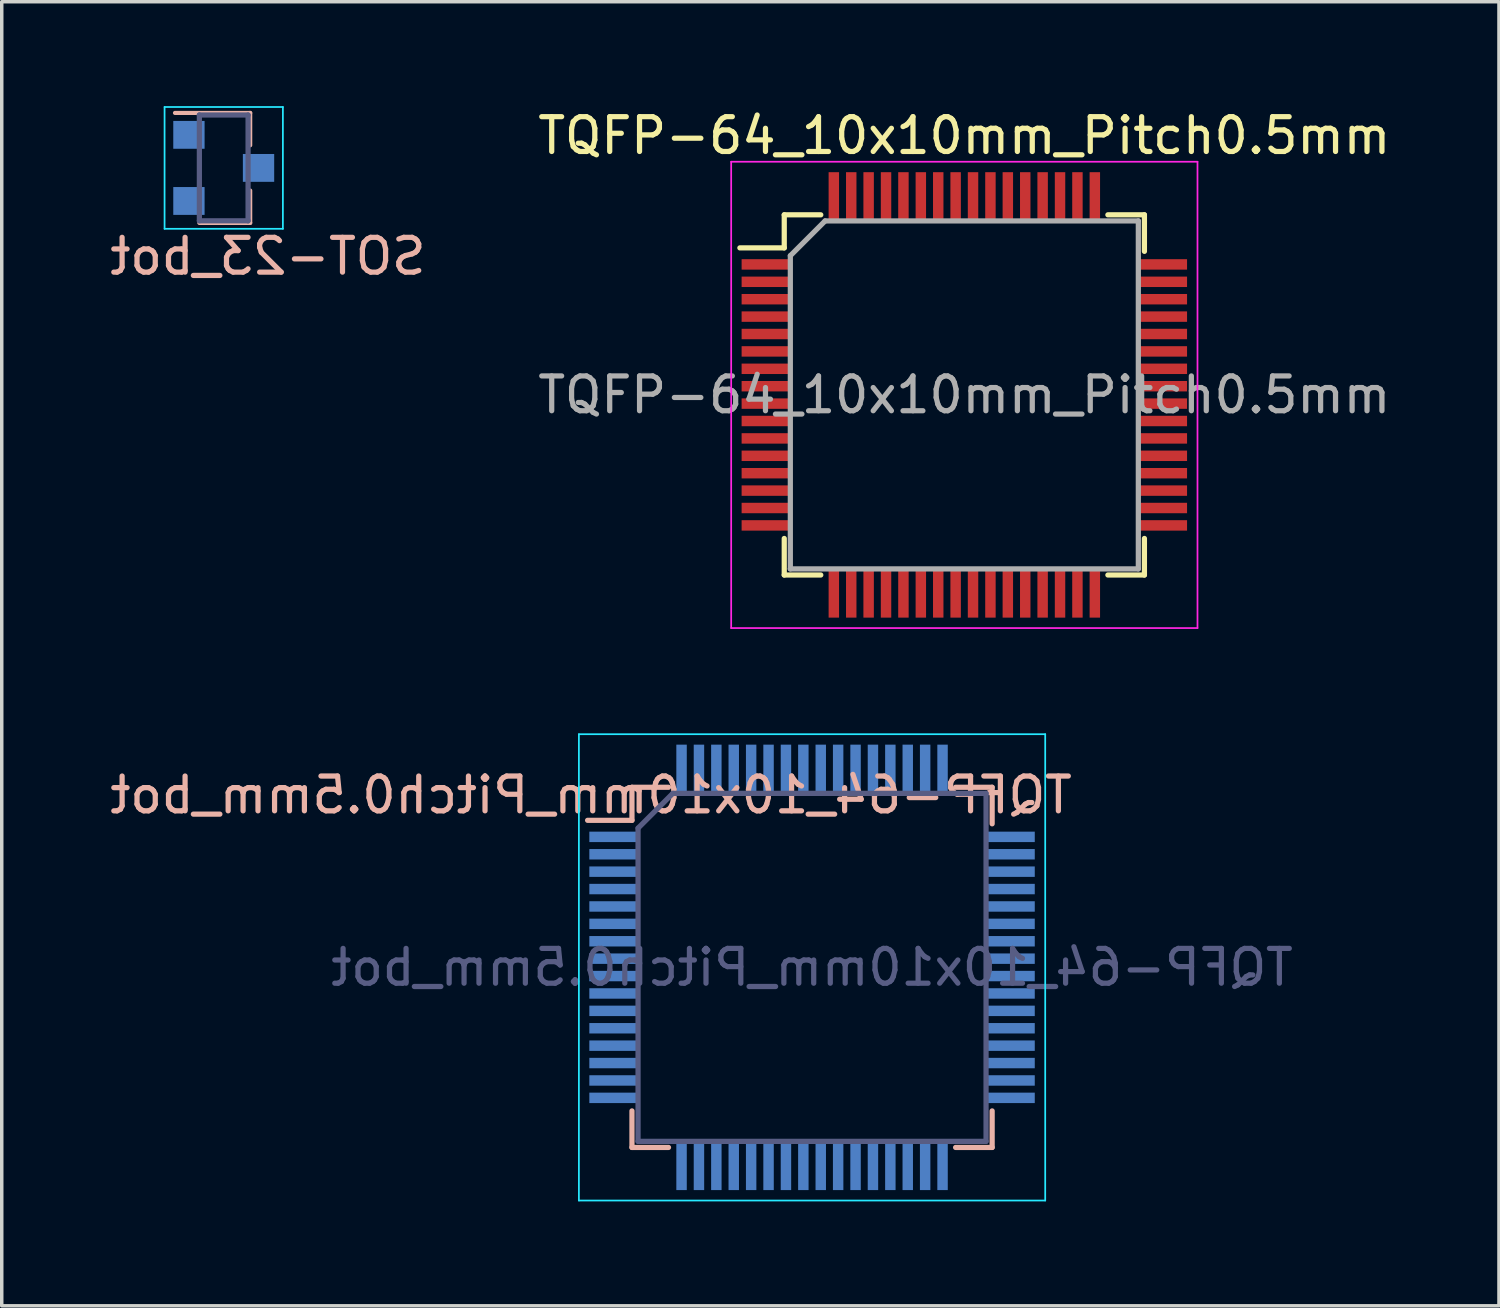
<source format=kicad_pcb>
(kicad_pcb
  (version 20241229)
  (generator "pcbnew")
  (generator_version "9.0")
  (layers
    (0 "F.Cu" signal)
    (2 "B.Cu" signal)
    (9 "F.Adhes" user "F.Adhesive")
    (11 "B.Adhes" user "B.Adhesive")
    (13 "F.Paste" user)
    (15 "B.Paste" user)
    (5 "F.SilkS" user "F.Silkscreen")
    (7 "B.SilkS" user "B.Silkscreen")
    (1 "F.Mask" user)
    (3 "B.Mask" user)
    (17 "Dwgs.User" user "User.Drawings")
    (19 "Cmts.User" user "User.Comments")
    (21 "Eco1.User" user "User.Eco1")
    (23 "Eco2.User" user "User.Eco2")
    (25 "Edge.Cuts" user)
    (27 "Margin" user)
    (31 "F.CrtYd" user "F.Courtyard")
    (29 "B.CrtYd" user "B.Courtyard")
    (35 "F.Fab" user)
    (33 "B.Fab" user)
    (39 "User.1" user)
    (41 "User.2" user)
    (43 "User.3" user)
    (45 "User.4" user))
  (footprint "TQFP-64_10x10mm_Pitch0.5mm_bot"
    (layer "F.Cu")
    (at 20.285 24.748)
    (property "Reference" "TQFP-64_10x10mm_Pitch0.5mm_bot" (at -6.35 -4.953 0) (layer "B.SilkS") (effects (font (size 1 1) (thickness 0.15)) (justify mirror)))
    (attr smd)
    (fp_line (start -5.175 -5.175) (end -5.175 -4.225) (stroke (width 0.15) (type solid)) (layer "B.SilkS"))
    (fp_line (start -5.175 -5.175) (end -4.125 -5.175) (stroke (width 0.15) (type solid)) (layer "B.SilkS"))
    (fp_line (start -5.175 -4.225) (end -6.45 -4.225) (stroke (width 0.15) (type solid)) (layer "B.SilkS"))
    (fp_line (start -5.175 5.175) (end -5.175 4.125) (stroke (width 0.15) (type solid)) (layer "B.SilkS"))
    (fp_line (start -5.175 5.175) (end -4.125 5.175) (stroke (width 0.15) (type solid)) (layer "B.SilkS"))
    (fp_line (start 5.175 -5.175) (end 4.125 -5.175) (stroke (width 0.15) (type solid)) (layer "B.SilkS"))
    (fp_line (start 5.175 -5.175) (end 5.175 -4.125) (stroke (width 0.15) (type solid)) (layer "B.SilkS"))
    (fp_line (start 5.175 5.175) (end 4.125 5.175) (stroke (width 0.15) (type solid)) (layer "B.SilkS"))
    (fp_line (start 5.175 5.175) (end 5.175 4.125) (stroke (width 0.15) (type solid)) (layer "B.SilkS"))
    (fp_line (start -6.7 -6.7) (end -6.7 6.7) (stroke (width 0.05) (type solid)) (layer "B.CrtYd"))
    (fp_line (start -6.7 -6.7) (end 6.7 -6.7) (stroke (width 0.05) (type solid)) (layer "B.CrtYd"))
    (fp_line (start -6.7 6.7) (end 6.7 6.7) (stroke (width 0.05) (type solid)) (layer "B.CrtYd"))
    (fp_line (start 6.7 -6.7) (end 6.7 6.7) (stroke (width 0.05) (type solid)) (layer "B.CrtYd"))
    (fp_line (start -5 -4) (end -4 -5) (stroke (width 0.15) (type solid)) (layer "B.Fab"))
    (fp_line (start -5 5) (end -5 -4) (stroke (width 0.15) (type solid)) (layer "B.Fab"))
    (fp_line (start -4 -5) (end 5 -5) (stroke (width 0.15) (type solid)) (layer "B.Fab"))
    (fp_line (start 5 -5) (end 5 5) (stroke (width 0.15) (type solid)) (layer "B.Fab"))
    (fp_line (start 5 5) (end -5 5) (stroke (width 0.15) (type solid)) (layer "B.Fab"))
    (fp_text user "${REFERENCE}" (at 0 0 0) (layer "B.Fab") (effects (font (size 1 1) (thickness 0.15)) (justify mirror)))
    (pad "1" smd rect (at 5.7 -3.75) (size 1.4 0.3) (layers "B.Cu" "B.Mask" "B.Paste"))
    (pad "2" smd rect (at 5.7 -3.25) (size 1.4 0.3) (layers "B.Cu" "B.Mask" "B.Paste"))
    (pad "3" smd rect (at 5.7 -2.75) (size 1.4 0.3) (layers "B.Cu" "B.Mask" "B.Paste"))
    (pad "4" smd rect (at 5.7 -2.25) (size 1.4 0.3) (layers "B.Cu" "B.Mask" "B.Paste"))
    (pad "5" smd rect (at 5.7 -1.75) (size 1.4 0.3) (layers "B.Cu" "B.Mask" "B.Paste"))
    (pad "6" smd rect (at 5.7 -1.25) (size 1.4 0.3) (layers "B.Cu" "B.Mask" "B.Paste"))
    (pad "7" smd rect (at 5.7 -0.75) (size 1.4 0.3) (layers "B.Cu" "B.Mask" "B.Paste"))
    (pad "8" smd rect (at 5.7 -0.25) (size 1.4 0.3) (layers "B.Cu" "B.Mask" "B.Paste"))
    (pad "9" smd rect (at 5.7 0.25) (size 1.4 0.3) (layers "B.Cu" "B.Mask" "B.Paste"))
    (pad "10" smd rect (at 5.7 0.75) (size 1.4 0.3) (layers "B.Cu" "B.Mask" "B.Paste"))
    (pad "11" smd rect (at 5.7 1.25) (size 1.4 0.3) (layers "B.Cu" "B.Mask" "B.Paste"))
    (pad "12" smd rect (at 5.7 1.75) (size 1.4 0.3) (layers "B.Cu" "B.Mask" "B.Paste"))
    (pad "13" smd rect (at 5.7 2.25) (size 1.4 0.3) (layers "B.Cu" "B.Mask" "B.Paste"))
    (pad "14" smd rect (at 5.7 2.75) (size 1.4 0.3) (layers "B.Cu" "B.Mask" "B.Paste"))
    (pad "15" smd rect (at 5.7 3.25) (size 1.4 0.3) (layers "B.Cu" "B.Mask" "B.Paste"))
    (pad "16" smd rect (at 5.7 3.75) (size 1.4 0.3) (layers "B.Cu" "B.Mask" "B.Paste"))
    (pad "17" smd rect (at 3.75 5.7 90) (size 1.4 0.3) (layers "B.Cu" "B.Mask" "B.Paste"))
    (pad "18" smd rect (at 3.25 5.7 90) (size 1.4 0.3) (layers "B.Cu" "B.Mask" "B.Paste"))
    (pad "19" smd rect (at 2.75 5.7 90) (size 1.4 0.3) (layers "B.Cu" "B.Mask" "B.Paste"))
    (pad "20" smd rect (at 2.25 5.7 90) (size 1.4 0.3) (layers "B.Cu" "B.Mask" "B.Paste"))
    (pad "21" smd rect (at 1.75 5.7 90) (size 1.4 0.3) (layers "B.Cu" "B.Mask" "B.Paste"))
    (pad "22" smd rect (at 1.25 5.7 90) (size 1.4 0.3) (layers "B.Cu" "B.Mask" "B.Paste"))
    (pad "23" smd rect (at 0.75 5.7 90) (size 1.4 0.3) (layers "B.Cu" "B.Mask" "B.Paste"))
    (pad "24" smd rect (at 0.25 5.7 90) (size 1.4 0.3) (layers "B.Cu" "B.Mask" "B.Paste"))
    (pad "25" smd rect (at -0.25 5.7 90) (size 1.4 0.3) (layers "B.Cu" "B.Mask" "B.Paste"))
    (pad "26" smd rect (at -0.75 5.7 90) (size 1.4 0.3) (layers "B.Cu" "B.Mask" "B.Paste"))
    (pad "27" smd rect (at -1.25 5.7 90) (size 1.4 0.3) (layers "B.Cu" "B.Mask" "B.Paste"))
    (pad "28" smd rect (at -1.75 5.7 90) (size 1.4 0.3) (layers "B.Cu" "B.Mask" "B.Paste"))
    (pad "29" smd rect (at -2.25 5.7 90) (size 1.4 0.3) (layers "B.Cu" "B.Mask" "B.Paste"))
    (pad "30" smd rect (at -2.75 5.7 90) (size 1.4 0.3) (layers "B.Cu" "B.Mask" "B.Paste"))
    (pad "31" smd rect (at -3.25 5.7 90) (size 1.4 0.3) (layers "B.Cu" "B.Mask" "B.Paste"))
    (pad "32" smd rect (at -3.75 5.7 90) (size 1.4 0.3) (layers "B.Cu" "B.Mask" "B.Paste"))
    (pad "33" smd rect (at -5.7 3.75) (size 1.4 0.3) (layers "B.Cu" "B.Mask" "B.Paste"))
    (pad "34" smd rect (at -5.7 3.25) (size 1.4 0.3) (layers "B.Cu" "B.Mask" "B.Paste"))
    (pad "35" smd rect (at -5.7 2.75) (size 1.4 0.3) (layers "B.Cu" "B.Mask" "B.Paste"))
    (pad "36" smd rect (at -5.7 2.25) (size 1.4 0.3) (layers "B.Cu" "B.Mask" "B.Paste"))
    (pad "37" smd rect (at -5.7 1.75) (size 1.4 0.3) (layers "B.Cu" "B.Mask" "B.Paste"))
    (pad "38" smd rect (at -5.7 1.25) (size 1.4 0.3) (layers "B.Cu" "B.Mask" "B.Paste"))
    (pad "39" smd rect (at -5.7 0.75) (size 1.4 0.3) (layers "B.Cu" "B.Mask" "B.Paste"))
    (pad "40" smd rect (at -5.7 0.25) (size 1.4 0.3) (layers "B.Cu" "B.Mask" "B.Paste"))
    (pad "41" smd rect (at -5.7 -0.25) (size 1.4 0.3) (layers "B.Cu" "B.Mask" "B.Paste"))
    (pad "42" smd rect (at -5.7 -0.75) (size 1.4 0.3) (layers "B.Cu" "B.Mask" "B.Paste"))
    (pad "43" smd rect (at -5.7 -1.25) (size 1.4 0.3) (layers "B.Cu" "B.Mask" "B.Paste"))
    (pad "44" smd rect (at -5.7 -1.75) (size 1.4 0.3) (layers "B.Cu" "B.Mask" "B.Paste"))
    (pad "45" smd rect (at -5.7 -2.25) (size 1.4 0.3) (layers "B.Cu" "B.Mask" "B.Paste"))
    (pad "46" smd rect (at -5.7 -2.75) (size 1.4 0.3) (layers "B.Cu" "B.Mask" "B.Paste"))
    (pad "47" smd rect (at -5.7 -3.25) (size 1.4 0.3) (layers "B.Cu" "B.Mask" "B.Paste"))
    (pad "48" smd rect (at -5.7 -3.75) (size 1.4 0.3) (layers "B.Cu" "B.Mask" "B.Paste"))
    (pad "49" smd rect (at -3.75 -5.7 90) (size 1.4 0.3) (layers "B.Cu" "B.Mask" "B.Paste"))
    (pad "50" smd rect (at -3.25 -5.7 90) (size 1.4 0.3) (layers "B.Cu" "B.Mask" "B.Paste"))
    (pad "51" smd rect (at -2.75 -5.7 90) (size 1.4 0.3) (layers "B.Cu" "B.Mask" "B.Paste"))
    (pad "52" smd rect (at -2.25 -5.7 90) (size 1.4 0.3) (layers "B.Cu" "B.Mask" "B.Paste"))
    (pad "53" smd rect (at -1.75 -5.7 90) (size 1.4 0.3) (layers "B.Cu" "B.Mask" "B.Paste"))
    (pad "54" smd rect (at -1.25 -5.7 90) (size 1.4 0.3) (layers "B.Cu" "B.Mask" "B.Paste"))
    (pad "55" smd rect (at -0.75 -5.7 90) (size 1.4 0.3) (layers "B.Cu" "B.Mask" "B.Paste"))
    (pad "56" smd rect (at -0.25 -5.7 90) (size 1.4 0.3) (layers "B.Cu" "B.Mask" "B.Paste"))
    (pad "57" smd rect (at 0.25 -5.7 90) (size 1.4 0.3) (layers "B.Cu" "B.Mask" "B.Paste"))
    (pad "58" smd rect (at 0.75 -5.7 90) (size 1.4 0.3) (layers "B.Cu" "B.Mask" "B.Paste"))
    (pad "59" smd rect (at 1.25 -5.7 90) (size 1.4 0.3) (layers "B.Cu" "B.Mask" "B.Paste"))
    (pad "60" smd rect (at 1.75 -5.7 90) (size 1.4 0.3) (layers "B.Cu" "B.Mask" "B.Paste"))
    (pad "61" smd rect (at 2.25 -5.7 90) (size 1.4 0.3) (layers "B.Cu" "B.Mask" "B.Paste"))
    (pad "62" smd rect (at 2.75 -5.7 90) (size 1.4 0.3) (layers "B.Cu" "B.Mask" "B.Paste"))
    (pad "63" smd rect (at 3.25 -5.7 90) (size 1.4 0.3) (layers "B.Cu" "B.Mask" "B.Paste"))
    (pad "64" smd rect (at 3.75 -5.7 90) (size 1.4 0.3) (layers "B.Cu" "B.Mask" "B.Paste")))
  (footprint "TQFP-64_10x10mm_Pitch0.5mm"
    (layer "F.Cu")
    (at 24.661 8.298)
    (property "Reference" "TQFP-64_10x10mm_Pitch0.5mm" (at 0 -7.45 0) (layer "F.SilkS") (effects (font (size 1 1) (thickness 0.15))))
    (attr smd)
    (fp_line (start -5.175 -5.175) (end -5.175 -4.225) (stroke (width 0.15) (type solid)) (layer "F.SilkS"))
    (fp_line (start -5.175 -5.175) (end -4.125 -5.175) (stroke (width 0.15) (type solid)) (layer "F.SilkS"))
    (fp_line (start -5.175 -4.225) (end -6.45 -4.225) (stroke (width 0.15) (type solid)) (layer "F.SilkS"))
    (fp_line (start -5.175 5.175) (end -5.175 4.125) (stroke (width 0.15) (type solid)) (layer "F.SilkS"))
    (fp_line (start -5.175 5.175) (end -4.125 5.175) (stroke (width 0.15) (type solid)) (layer "F.SilkS"))
    (fp_line (start 5.175 -5.175) (end 4.125 -5.175) (stroke (width 0.15) (type solid)) (layer "F.SilkS"))
    (fp_line (start 5.175 -5.175) (end 5.175 -4.125) (stroke (width 0.15) (type solid)) (layer "F.SilkS"))
    (fp_line (start 5.175 5.175) (end 4.125 5.175) (stroke (width 0.15) (type solid)) (layer "F.SilkS"))
    (fp_line (start 5.175 5.175) (end 5.175 4.125) (stroke (width 0.15) (type solid)) (layer "F.SilkS"))
    (fp_line (start -6.7 -6.7) (end -6.7 6.7) (stroke (width 0.05) (type solid)) (layer "F.CrtYd"))
    (fp_line (start -6.7 -6.7) (end 6.7 -6.7) (stroke (width 0.05) (type solid)) (layer "F.CrtYd"))
    (fp_line (start -6.7 6.7) (end 6.7 6.7) (stroke (width 0.05) (type solid)) (layer "F.CrtYd"))
    (fp_line (start 6.7 -6.7) (end 6.7 6.7) (stroke (width 0.05) (type solid)) (layer "F.CrtYd"))
    (fp_line (start -5 -4) (end -4 -5) (stroke (width 0.15) (type solid)) (layer "F.Fab"))
    (fp_line (start -5 5) (end -5 -4) (stroke (width 0.15) (type solid)) (layer "F.Fab"))
    (fp_line (start -4 -5) (end 5 -5) (stroke (width 0.15) (type solid)) (layer "F.Fab"))
    (fp_line (start 5 -5) (end 5 5) (stroke (width 0.15) (type solid)) (layer "F.Fab"))
    (fp_line (start 5 5) (end -5 5) (stroke (width 0.15) (type solid)) (layer "F.Fab"))
    (fp_text user "${REFERENCE}" (at 0 0 0) (layer "F.Fab") (effects (font (size 1 1) (thickness 0.15))))
    (pad "1" smd rect (at -5.7 -3.75) (size 1.4 0.3) (layers "F.Cu" "F.Mask" "F.Paste"))
    (pad "2" smd rect (at -5.7 -3.25) (size 1.4 0.3) (layers "F.Cu" "F.Mask" "F.Paste"))
    (pad "3" smd rect (at -5.7 -2.75) (size 1.4 0.3) (layers "F.Cu" "F.Mask" "F.Paste"))
    (pad "4" smd rect (at -5.7 -2.25) (size 1.4 0.3) (layers "F.Cu" "F.Mask" "F.Paste"))
    (pad "5" smd rect (at -5.7 -1.75) (size 1.4 0.3) (layers "F.Cu" "F.Mask" "F.Paste"))
    (pad "6" smd rect (at -5.7 -1.25) (size 1.4 0.3) (layers "F.Cu" "F.Mask" "F.Paste"))
    (pad "7" smd rect (at -5.7 -0.75) (size 1.4 0.3) (layers "F.Cu" "F.Mask" "F.Paste"))
    (pad "8" smd rect (at -5.7 -0.25) (size 1.4 0.3) (layers "F.Cu" "F.Mask" "F.Paste"))
    (pad "9" smd rect (at -5.7 0.25) (size 1.4 0.3) (layers "F.Cu" "F.Mask" "F.Paste"))
    (pad "10" smd rect (at -5.7 0.75) (size 1.4 0.3) (layers "F.Cu" "F.Mask" "F.Paste"))
    (pad "11" smd rect (at -5.7 1.25) (size 1.4 0.3) (layers "F.Cu" "F.Mask" "F.Paste"))
    (pad "12" smd rect (at -5.7 1.75) (size 1.4 0.3) (layers "F.Cu" "F.Mask" "F.Paste"))
    (pad "13" smd rect (at -5.7 2.25) (size 1.4 0.3) (layers "F.Cu" "F.Mask" "F.Paste"))
    (pad "14" smd rect (at -5.7 2.75) (size 1.4 0.3) (layers "F.Cu" "F.Mask" "F.Paste"))
    (pad "15" smd rect (at -5.7 3.25) (size 1.4 0.3) (layers "F.Cu" "F.Mask" "F.Paste"))
    (pad "16" smd rect (at -5.7 3.75) (size 1.4 0.3) (layers "F.Cu" "F.Mask" "F.Paste"))
    (pad "17" smd rect (at -3.75 5.7 90) (size 1.4 0.3) (layers "F.Cu" "F.Mask" "F.Paste"))
    (pad "18" smd rect (at -3.25 5.7 90) (size 1.4 0.3) (layers "F.Cu" "F.Mask" "F.Paste"))
    (pad "19" smd rect (at -2.75 5.7 90) (size 1.4 0.3) (layers "F.Cu" "F.Mask" "F.Paste"))
    (pad "20" smd rect (at -2.25 5.7 90) (size 1.4 0.3) (layers "F.Cu" "F.Mask" "F.Paste"))
    (pad "21" smd rect (at -1.75 5.7 90) (size 1.4 0.3) (layers "F.Cu" "F.Mask" "F.Paste"))
    (pad "22" smd rect (at -1.25 5.7 90) (size 1.4 0.3) (layers "F.Cu" "F.Mask" "F.Paste"))
    (pad "23" smd rect (at -0.75 5.7 90) (size 1.4 0.3) (layers "F.Cu" "F.Mask" "F.Paste"))
    (pad "24" smd rect (at -0.25 5.7 90) (size 1.4 0.3) (layers "F.Cu" "F.Mask" "F.Paste"))
    (pad "25" smd rect (at 0.25 5.7 90) (size 1.4 0.3) (layers "F.Cu" "F.Mask" "F.Paste"))
    (pad "26" smd rect (at 0.75 5.7 90) (size 1.4 0.3) (layers "F.Cu" "F.Mask" "F.Paste"))
    (pad "27" smd rect (at 1.25 5.7 90) (size 1.4 0.3) (layers "F.Cu" "F.Mask" "F.Paste"))
    (pad "28" smd rect (at 1.75 5.7 90) (size 1.4 0.3) (layers "F.Cu" "F.Mask" "F.Paste"))
    (pad "29" smd rect (at 2.25 5.7 90) (size 1.4 0.3) (layers "F.Cu" "F.Mask" "F.Paste"))
    (pad "30" smd rect (at 2.75 5.7 90) (size 1.4 0.3) (layers "F.Cu" "F.Mask" "F.Paste"))
    (pad "31" smd rect (at 3.25 5.7 90) (size 1.4 0.3) (layers "F.Cu" "F.Mask" "F.Paste"))
    (pad "32" smd rect (at 3.75 5.7 90) (size 1.4 0.3) (layers "F.Cu" "F.Mask" "F.Paste"))
    (pad "33" smd rect (at 5.7 3.75) (size 1.4 0.3) (layers "F.Cu" "F.Mask" "F.Paste"))
    (pad "34" smd rect (at 5.7 3.25) (size 1.4 0.3) (layers "F.Cu" "F.Mask" "F.Paste"))
    (pad "35" smd rect (at 5.7 2.75) (size 1.4 0.3) (layers "F.Cu" "F.Mask" "F.Paste"))
    (pad "36" smd rect (at 5.7 2.25) (size 1.4 0.3) (layers "F.Cu" "F.Mask" "F.Paste"))
    (pad "37" smd rect (at 5.7 1.75) (size 1.4 0.3) (layers "F.Cu" "F.Mask" "F.Paste"))
    (pad "38" smd rect (at 5.7 1.25) (size 1.4 0.3) (layers "F.Cu" "F.Mask" "F.Paste"))
    (pad "39" smd rect (at 5.7 0.75) (size 1.4 0.3) (layers "F.Cu" "F.Mask" "F.Paste"))
    (pad "40" smd rect (at 5.7 0.25) (size 1.4 0.3) (layers "F.Cu" "F.Mask" "F.Paste"))
    (pad "41" smd rect (at 5.7 -0.25) (size 1.4 0.3) (layers "F.Cu" "F.Mask" "F.Paste"))
    (pad "42" smd rect (at 5.7 -0.75) (size 1.4 0.3) (layers "F.Cu" "F.Mask" "F.Paste"))
    (pad "43" smd rect (at 5.7 -1.25) (size 1.4 0.3) (layers "F.Cu" "F.Mask" "F.Paste"))
    (pad "44" smd rect (at 5.7 -1.75) (size 1.4 0.3) (layers "F.Cu" "F.Mask" "F.Paste"))
    (pad "45" smd rect (at 5.7 -2.25) (size 1.4 0.3) (layers "F.Cu" "F.Mask" "F.Paste"))
    (pad "46" smd rect (at 5.7 -2.75) (size 1.4 0.3) (layers "F.Cu" "F.Mask" "F.Paste"))
    (pad "47" smd rect (at 5.7 -3.25) (size 1.4 0.3) (layers "F.Cu" "F.Mask" "F.Paste"))
    (pad "48" smd rect (at 5.7 -3.75) (size 1.4 0.3) (layers "F.Cu" "F.Mask" "F.Paste"))
    (pad "49" smd rect (at 3.75 -5.7 90) (size 1.4 0.3) (layers "F.Cu" "F.Mask" "F.Paste"))
    (pad "50" smd rect (at 3.25 -5.7 90) (size 1.4 0.3) (layers "F.Cu" "F.Mask" "F.Paste"))
    (pad "51" smd rect (at 2.75 -5.7 90) (size 1.4 0.3) (layers "F.Cu" "F.Mask" "F.Paste"))
    (pad "52" smd rect (at 2.25 -5.7 90) (size 1.4 0.3) (layers "F.Cu" "F.Mask" "F.Paste"))
    (pad "53" smd rect (at 1.75 -5.7 90) (size 1.4 0.3) (layers "F.Cu" "F.Mask" "F.Paste"))
    (pad "54" smd rect (at 1.25 -5.7 90) (size 1.4 0.3) (layers "F.Cu" "F.Mask" "F.Paste"))
    (pad "55" smd rect (at 0.75 -5.7 90) (size 1.4 0.3) (layers "F.Cu" "F.Mask" "F.Paste"))
    (pad "56" smd rect (at 0.25 -5.7 90) (size 1.4 0.3) (layers "F.Cu" "F.Mask" "F.Paste"))
    (pad "57" smd rect (at -0.25 -5.7 90) (size 1.4 0.3) (layers "F.Cu" "F.Mask" "F.Paste"))
    (pad "58" smd rect (at -0.75 -5.7 90) (size 1.4 0.3) (layers "F.Cu" "F.Mask" "F.Paste"))
    (pad "59" smd rect (at -1.25 -5.7 90) (size 1.4 0.3) (layers "F.Cu" "F.Mask" "F.Paste"))
    (pad "60" smd rect (at -1.75 -5.7 90) (size 1.4 0.3) (layers "F.Cu" "F.Mask" "F.Paste"))
    (pad "61" smd rect (at -2.25 -5.7 90) (size 1.4 0.3) (layers "F.Cu" "F.Mask" "F.Paste"))
    (pad "62" smd rect (at -2.75 -5.7 90) (size 1.4 0.3) (layers "F.Cu" "F.Mask" "F.Paste"))
    (pad "63" smd rect (at -3.25 -5.7 90) (size 1.4 0.3) (layers "F.Cu" "F.Mask" "F.Paste"))
    (pad "64" smd rect (at -3.75 -5.7 90) (size 1.4 0.3) (layers "F.Cu" "F.Mask" "F.Paste")))
  (footprint "SOT-23_bot"
    (layer "F.Cu")
    (at 3.379 1.775)
    (property "Reference" "SOT-23_bot" (at 1.27 2.54 0) (layer "B.SilkS") (effects (font (size 1 1) (thickness 0.15)) (justify mirror)))
    (attr smd)
    (fp_line (start 0.76 -1.58) (end -1.4 -1.58) (stroke (width 0.12) (type solid)) (layer "B.SilkS"))
    (fp_line (start 0.76 -1.58) (end 0.76 -0.65) (stroke (width 0.12) (type solid)) (layer "B.SilkS"))
    (fp_line (start 0.76 1.58) (end -0.7 1.58) (stroke (width 0.12) (type solid)) (layer "B.SilkS"))
    (fp_line (start 0.76 1.58) (end 0.76 0.65) (stroke (width 0.12) (type solid)) (layer "B.SilkS"))
    (fp_line (start -1.7 -1.75) (end 1.7 -1.75) (stroke (width 0.05) (type solid)) (layer "B.CrtYd"))
    (fp_line (start -1.7 1.75) (end -1.7 -1.75) (stroke (width 0.05) (type solid)) (layer "B.CrtYd"))
    (fp_line (start 1.7 -1.75) (end 1.7 1.75) (stroke (width 0.05) (type solid)) (layer "B.CrtYd"))
    (fp_line (start 1.7 1.75) (end -1.7 1.75) (stroke (width 0.05) (type solid)) (layer "B.CrtYd"))
    (fp_line (start -0.7 -1.52) (end -0.7 1.52) (stroke (width 0.15) (type solid)) (layer "B.Fab"))
    (fp_line (start -0.7 -1.52) (end 0.7 -1.52) (stroke (width 0.15) (type solid)) (layer "B.Fab"))
    (fp_line (start -0.7 1.52) (end 0.7 1.52) (stroke (width 0.15) (type solid)) (layer "B.Fab"))
    (fp_line (start 0.7 -1.52) (end 0.7 1.52) (stroke (width 0.15) (type solid)) (layer "B.Fab"))
    (pad "1" smd rect (at -1 0.95) (size 0.9 0.8) (layers "B.Cu" "B.Mask" "B.Paste"))
    (pad "2" smd rect (at -1 -0.95) (size 0.9 0.8) (layers "B.Cu" "B.Mask" "B.Paste"))
    (pad "3" smd rect (at 1 0) (size 0.9 0.8) (layers "B.Cu" "B.Mask" "B.Paste")))
  (gr_rect
    (start -3 -3)
    (end 40.024 34.473)
    (stroke (width 0.1) (type default))
    (fill no)
    (layer "Edge.Cuts")))
</source>
